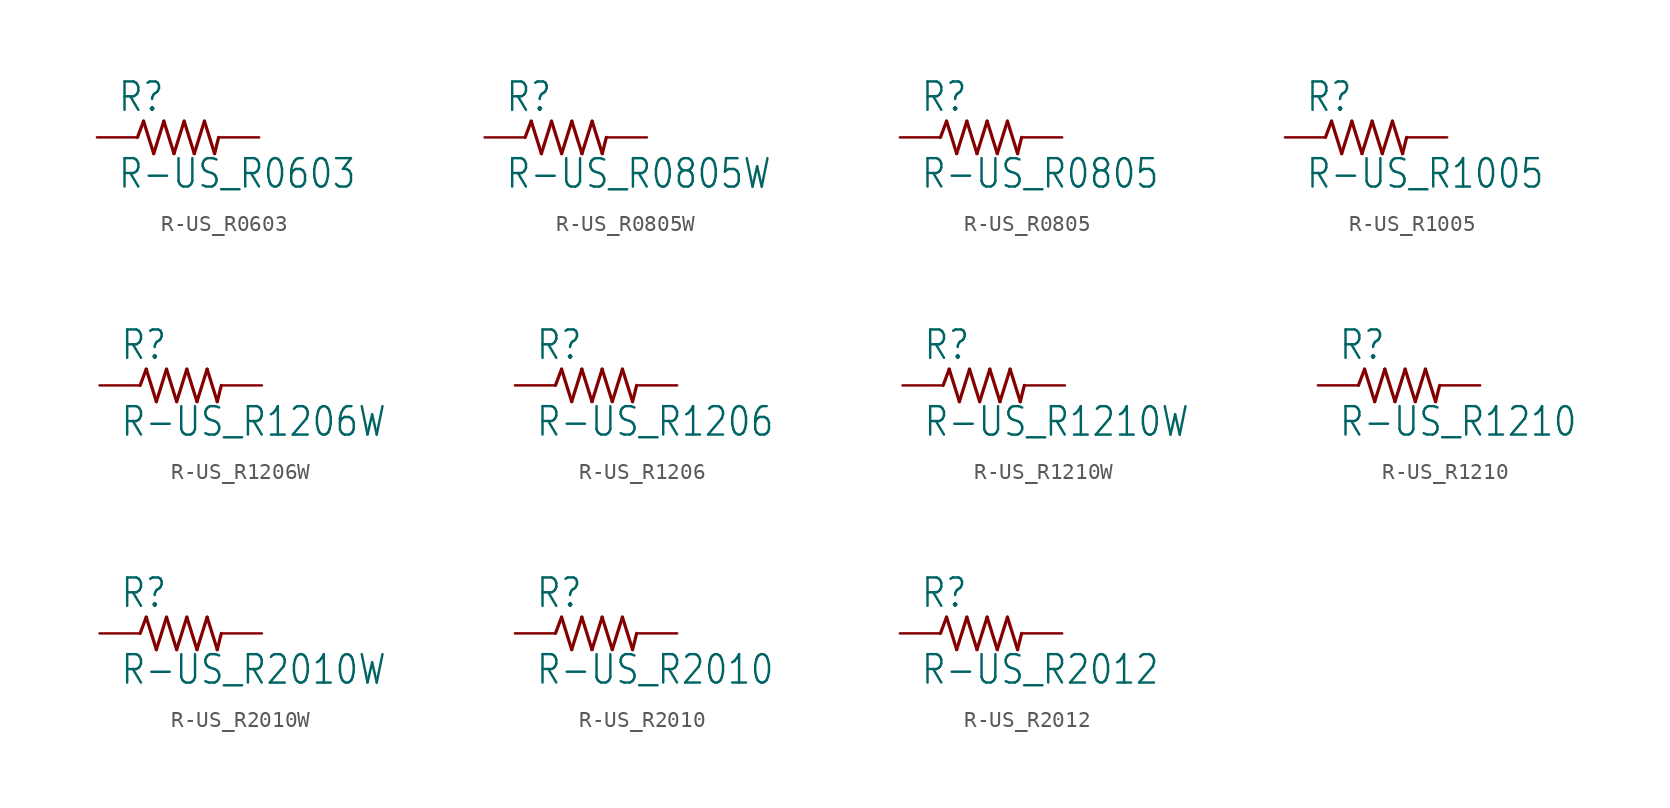
<source format=kicad_sym>
(kicad_symbol_lib
  (version 20210619)
  (generator kicad_symbol_editor)
  (symbol "R-US_R0603"
    (property "Reference" "R"
      (at -3.81 1.499 0)
      (effects (font (size 1.778 1.511)) (justify left bottom)))
    (property "Value" "R-US_R0603"
      (at -3.81 -3.302 0)
      (effects (font (size 1.778 1.511)) (justify left bottom)))
    (property "ki_locked" ""
      (at 0 0 0)
      (effects (font (size 1.27 1.27))))
    (symbol "R-US_R0603_1_0"
      (polyline (pts (xy -2.54 0) (xy -2.159 1.016)) (stroke (width 0.203)) (fill (type none)))
      (polyline (pts (xy -2.159 1.016) (xy -1.524 -1.016)) (stroke (width 0.203)) (fill (type none)))
      (polyline (pts (xy -1.524 -1.016) (xy -0.889 1.016)) (stroke (width 0.203)) (fill (type none)))
      (polyline (pts (xy -0.889 1.016) (xy -0.254 -1.016)) (stroke (width 0.203)) (fill (type none)))
      (polyline (pts (xy -0.254 -1.016) (xy 0.381 1.016)) (stroke (width 0.203)) (fill (type none)))
      (polyline (pts (xy 0.381 1.016) (xy 1.016 -1.016)) (stroke (width 0.203)) (fill (type none)))
      (polyline (pts (xy 1.016 -1.016) (xy 1.651 1.016)) (stroke (width 0.203)) (fill (type none)))
      (polyline (pts (xy 1.651 1.016) (xy 2.286 -1.016)) (stroke (width 0.203)) (fill (type none)))
      (polyline (pts (xy 2.286 -1.016) (xy 2.54 0)) (stroke (width 0.203)) (fill (type none)))
      (pin passive line (at -5.08 0 0) (length 2.54) (name "1" (effects (font (size 0 0)))) (number "1" (effects (font (size 0 0)))))
      (pin passive line (at 5.08 0 180) (length 2.54) (name "2" (effects (font (size 0 0)))) (number "2" (effects (font (size 0 0)))))))
  (symbol "R-US_R0805W"
    (property "Reference" "R"
      (at -3.81 1.499 0)
      (effects (font (size 1.778 1.511)) (justify left bottom)))
    (property "Value" "R-US_R0805W"
      (at -3.81 -3.302 0)
      (effects (font (size 1.778 1.511)) (justify left bottom)))
    (property "ki_locked" ""
      (at 0 0 0)
      (effects (font (size 1.27 1.27))))
    (symbol "R-US_R0805W_1_0"
      (polyline (pts (xy -2.54 0) (xy -2.159 1.016)) (stroke (width 0.203)) (fill (type none)))
      (polyline (pts (xy -2.159 1.016) (xy -1.524 -1.016)) (stroke (width 0.203)) (fill (type none)))
      (polyline (pts (xy -1.524 -1.016) (xy -0.889 1.016)) (stroke (width 0.203)) (fill (type none)))
      (polyline (pts (xy -0.889 1.016) (xy -0.254 -1.016)) (stroke (width 0.203)) (fill (type none)))
      (polyline (pts (xy -0.254 -1.016) (xy 0.381 1.016)) (stroke (width 0.203)) (fill (type none)))
      (polyline (pts (xy 0.381 1.016) (xy 1.016 -1.016)) (stroke (width 0.203)) (fill (type none)))
      (polyline (pts (xy 1.016 -1.016) (xy 1.651 1.016)) (stroke (width 0.203)) (fill (type none)))
      (polyline (pts (xy 1.651 1.016) (xy 2.286 -1.016)) (stroke (width 0.203)) (fill (type none)))
      (polyline (pts (xy 2.286 -1.016) (xy 2.54 0)) (stroke (width 0.203)) (fill (type none)))
      (pin passive line (at -5.08 0 0) (length 2.54) (name "1" (effects (font (size 0 0)))) (number "1" (effects (font (size 0 0)))))
      (pin passive line (at 5.08 0 180) (length 2.54) (name "2" (effects (font (size 0 0)))) (number "2" (effects (font (size 0 0)))))))
  (symbol "R-US_R0805"
    (property "Reference" "R"
      (at -3.81 1.499 0)
      (effects (font (size 1.778 1.511)) (justify left bottom)))
    (property "Value" "R-US_R0805"
      (at -3.81 -3.302 0)
      (effects (font (size 1.778 1.511)) (justify left bottom)))
    (property "ki_locked" ""
      (at 0 0 0)
      (effects (font (size 1.27 1.27))))
    (symbol "R-US_R0805_1_0"
      (polyline (pts (xy -2.54 0) (xy -2.159 1.016)) (stroke (width 0.203)) (fill (type none)))
      (polyline (pts (xy -2.159 1.016) (xy -1.524 -1.016)) (stroke (width 0.203)) (fill (type none)))
      (polyline (pts (xy -1.524 -1.016) (xy -0.889 1.016)) (stroke (width 0.203)) (fill (type none)))
      (polyline (pts (xy -0.889 1.016) (xy -0.254 -1.016)) (stroke (width 0.203)) (fill (type none)))
      (polyline (pts (xy -0.254 -1.016) (xy 0.381 1.016)) (stroke (width 0.203)) (fill (type none)))
      (polyline (pts (xy 0.381 1.016) (xy 1.016 -1.016)) (stroke (width 0.203)) (fill (type none)))
      (polyline (pts (xy 1.016 -1.016) (xy 1.651 1.016)) (stroke (width 0.203)) (fill (type none)))
      (polyline (pts (xy 1.651 1.016) (xy 2.286 -1.016)) (stroke (width 0.203)) (fill (type none)))
      (polyline (pts (xy 2.286 -1.016) (xy 2.54 0)) (stroke (width 0.203)) (fill (type none)))
      (pin passive line (at -5.08 0 0) (length 2.54) (name "1" (effects (font (size 0 0)))) (number "1" (effects (font (size 0 0)))))
      (pin passive line (at 5.08 0 180) (length 2.54) (name "2" (effects (font (size 0 0)))) (number "2" (effects (font (size 0 0)))))))
  (symbol "R-US_R1005"
    (property "Reference" "R"
      (at -3.81 1.499 0)
      (effects (font (size 1.778 1.511)) (justify left bottom)))
    (property "Value" "R-US_R1005"
      (at -3.81 -3.302 0)
      (effects (font (size 1.778 1.511)) (justify left bottom)))
    (property "ki_locked" ""
      (at 0 0 0)
      (effects (font (size 1.27 1.27))))
    (symbol "R-US_R1005_1_0"
      (polyline (pts (xy -2.54 0) (xy -2.159 1.016)) (stroke (width 0.203)) (fill (type none)))
      (polyline (pts (xy -2.159 1.016) (xy -1.524 -1.016)) (stroke (width 0.203)) (fill (type none)))
      (polyline (pts (xy -1.524 -1.016) (xy -0.889 1.016)) (stroke (width 0.203)) (fill (type none)))
      (polyline (pts (xy -0.889 1.016) (xy -0.254 -1.016)) (stroke (width 0.203)) (fill (type none)))
      (polyline (pts (xy -0.254 -1.016) (xy 0.381 1.016)) (stroke (width 0.203)) (fill (type none)))
      (polyline (pts (xy 0.381 1.016) (xy 1.016 -1.016)) (stroke (width 0.203)) (fill (type none)))
      (polyline (pts (xy 1.016 -1.016) (xy 1.651 1.016)) (stroke (width 0.203)) (fill (type none)))
      (polyline (pts (xy 1.651 1.016) (xy 2.286 -1.016)) (stroke (width 0.203)) (fill (type none)))
      (polyline (pts (xy 2.286 -1.016) (xy 2.54 0)) (stroke (width 0.203)) (fill (type none)))
      (pin passive line (at -5.08 0 0) (length 2.54) (name "1" (effects (font (size 0 0)))) (number "1" (effects (font (size 0 0)))))
      (pin passive line (at 5.08 0 180) (length 2.54) (name "2" (effects (font (size 0 0)))) (number "2" (effects (font (size 0 0)))))))
  (symbol "R-US_R1206W"
    (property "Reference" "R"
      (at -3.81 1.499 0)
      (effects (font (size 1.778 1.511)) (justify left bottom)))
    (property "Value" "R-US_R1206W"
      (at -3.81 -3.302 0)
      (effects (font (size 1.778 1.511)) (justify left bottom)))
    (property "ki_locked" ""
      (at 0 0 0)
      (effects (font (size 1.27 1.27))))
    (symbol "R-US_R1206W_1_0"
      (polyline (pts (xy -2.54 0) (xy -2.159 1.016)) (stroke (width 0.203)) (fill (type none)))
      (polyline (pts (xy -2.159 1.016) (xy -1.524 -1.016)) (stroke (width 0.203)) (fill (type none)))
      (polyline (pts (xy -1.524 -1.016) (xy -0.889 1.016)) (stroke (width 0.203)) (fill (type none)))
      (polyline (pts (xy -0.889 1.016) (xy -0.254 -1.016)) (stroke (width 0.203)) (fill (type none)))
      (polyline (pts (xy -0.254 -1.016) (xy 0.381 1.016)) (stroke (width 0.203)) (fill (type none)))
      (polyline (pts (xy 0.381 1.016) (xy 1.016 -1.016)) (stroke (width 0.203)) (fill (type none)))
      (polyline (pts (xy 1.016 -1.016) (xy 1.651 1.016)) (stroke (width 0.203)) (fill (type none)))
      (polyline (pts (xy 1.651 1.016) (xy 2.286 -1.016)) (stroke (width 0.203)) (fill (type none)))
      (polyline (pts (xy 2.286 -1.016) (xy 2.54 0)) (stroke (width 0.203)) (fill (type none)))
      (pin passive line (at -5.08 0 0) (length 2.54) (name "1" (effects (font (size 0 0)))) (number "1" (effects (font (size 0 0)))))
      (pin passive line (at 5.08 0 180) (length 2.54) (name "2" (effects (font (size 0 0)))) (number "2" (effects (font (size 0 0)))))))
  (symbol "R-US_R1206"
    (property "Reference" "R"
      (at -3.81 1.499 0)
      (effects (font (size 1.778 1.511)) (justify left bottom)))
    (property "Value" "R-US_R1206"
      (at -3.81 -3.302 0)
      (effects (font (size 1.778 1.511)) (justify left bottom)))
    (property "ki_locked" ""
      (at 0 0 0)
      (effects (font (size 1.27 1.27))))
    (symbol "R-US_R1206_1_0"
      (polyline (pts (xy -2.54 0) (xy -2.159 1.016)) (stroke (width 0.203)) (fill (type none)))
      (polyline (pts (xy -2.159 1.016) (xy -1.524 -1.016)) (stroke (width 0.203)) (fill (type none)))
      (polyline (pts (xy -1.524 -1.016) (xy -0.889 1.016)) (stroke (width 0.203)) (fill (type none)))
      (polyline (pts (xy -0.889 1.016) (xy -0.254 -1.016)) (stroke (width 0.203)) (fill (type none)))
      (polyline (pts (xy -0.254 -1.016) (xy 0.381 1.016)) (stroke (width 0.203)) (fill (type none)))
      (polyline (pts (xy 0.381 1.016) (xy 1.016 -1.016)) (stroke (width 0.203)) (fill (type none)))
      (polyline (pts (xy 1.016 -1.016) (xy 1.651 1.016)) (stroke (width 0.203)) (fill (type none)))
      (polyline (pts (xy 1.651 1.016) (xy 2.286 -1.016)) (stroke (width 0.203)) (fill (type none)))
      (polyline (pts (xy 2.286 -1.016) (xy 2.54 0)) (stroke (width 0.203)) (fill (type none)))
      (pin passive line (at -5.08 0 0) (length 2.54) (name "1" (effects (font (size 0 0)))) (number "1" (effects (font (size 0 0)))))
      (pin passive line (at 5.08 0 180) (length 2.54) (name "2" (effects (font (size 0 0)))) (number "2" (effects (font (size 0 0)))))))
  (symbol "R-US_R1210W"
    (property "Reference" "R"
      (at -3.81 1.499 0)
      (effects (font (size 1.778 1.511)) (justify left bottom)))
    (property "Value" "R-US_R1210W"
      (at -3.81 -3.302 0)
      (effects (font (size 1.778 1.511)) (justify left bottom)))
    (property "ki_locked" ""
      (at 0 0 0)
      (effects (font (size 1.27 1.27))))
    (symbol "R-US_R1210W_1_0"
      (polyline (pts (xy -2.54 0) (xy -2.159 1.016)) (stroke (width 0.203)) (fill (type none)))
      (polyline (pts (xy -2.159 1.016) (xy -1.524 -1.016)) (stroke (width 0.203)) (fill (type none)))
      (polyline (pts (xy -1.524 -1.016) (xy -0.889 1.016)) (stroke (width 0.203)) (fill (type none)))
      (polyline (pts (xy -0.889 1.016) (xy -0.254 -1.016)) (stroke (width 0.203)) (fill (type none)))
      (polyline (pts (xy -0.254 -1.016) (xy 0.381 1.016)) (stroke (width 0.203)) (fill (type none)))
      (polyline (pts (xy 0.381 1.016) (xy 1.016 -1.016)) (stroke (width 0.203)) (fill (type none)))
      (polyline (pts (xy 1.016 -1.016) (xy 1.651 1.016)) (stroke (width 0.203)) (fill (type none)))
      (polyline (pts (xy 1.651 1.016) (xy 2.286 -1.016)) (stroke (width 0.203)) (fill (type none)))
      (polyline (pts (xy 2.286 -1.016) (xy 2.54 0)) (stroke (width 0.203)) (fill (type none)))
      (pin passive line (at -5.08 0 0) (length 2.54) (name "1" (effects (font (size 0 0)))) (number "1" (effects (font (size 0 0)))))
      (pin passive line (at 5.08 0 180) (length 2.54) (name "2" (effects (font (size 0 0)))) (number "2" (effects (font (size 0 0)))))))
  (symbol "R-US_R1210"
    (property "Reference" "R"
      (at -3.81 1.499 0)
      (effects (font (size 1.778 1.511)) (justify left bottom)))
    (property "Value" "R-US_R1210"
      (at -3.81 -3.302 0)
      (effects (font (size 1.778 1.511)) (justify left bottom)))
    (property "ki_locked" ""
      (at 0 0 0)
      (effects (font (size 1.27 1.27))))
    (symbol "R-US_R1210_1_0"
      (polyline (pts (xy -2.54 0) (xy -2.159 1.016)) (stroke (width 0.203)) (fill (type none)))
      (polyline (pts (xy -2.159 1.016) (xy -1.524 -1.016)) (stroke (width 0.203)) (fill (type none)))
      (polyline (pts (xy -1.524 -1.016) (xy -0.889 1.016)) (stroke (width 0.203)) (fill (type none)))
      (polyline (pts (xy -0.889 1.016) (xy -0.254 -1.016)) (stroke (width 0.203)) (fill (type none)))
      (polyline (pts (xy -0.254 -1.016) (xy 0.381 1.016)) (stroke (width 0.203)) (fill (type none)))
      (polyline (pts (xy 0.381 1.016) (xy 1.016 -1.016)) (stroke (width 0.203)) (fill (type none)))
      (polyline (pts (xy 1.016 -1.016) (xy 1.651 1.016)) (stroke (width 0.203)) (fill (type none)))
      (polyline (pts (xy 1.651 1.016) (xy 2.286 -1.016)) (stroke (width 0.203)) (fill (type none)))
      (polyline (pts (xy 2.286 -1.016) (xy 2.54 0)) (stroke (width 0.203)) (fill (type none)))
      (pin passive line (at -5.08 0 0) (length 2.54) (name "1" (effects (font (size 0 0)))) (number "1" (effects (font (size 0 0)))))
      (pin passive line (at 5.08 0 180) (length 2.54) (name "2" (effects (font (size 0 0)))) (number "2" (effects (font (size 0 0)))))))
  (symbol "R-US_R2010W"
    (property "Reference" "R"
      (at -3.81 1.499 0)
      (effects (font (size 1.778 1.511)) (justify left bottom)))
    (property "Value" "R-US_R2010W"
      (at -3.81 -3.302 0)
      (effects (font (size 1.778 1.511)) (justify left bottom)))
    (property "ki_locked" ""
      (at 0 0 0)
      (effects (font (size 1.27 1.27))))
    (symbol "R-US_R2010W_1_0"
      (polyline (pts (xy -2.54 0) (xy -2.159 1.016)) (stroke (width 0.203)) (fill (type none)))
      (polyline (pts (xy -2.159 1.016) (xy -1.524 -1.016)) (stroke (width 0.203)) (fill (type none)))
      (polyline (pts (xy -1.524 -1.016) (xy -0.889 1.016)) (stroke (width 0.203)) (fill (type none)))
      (polyline (pts (xy -0.889 1.016) (xy -0.254 -1.016)) (stroke (width 0.203)) (fill (type none)))
      (polyline (pts (xy -0.254 -1.016) (xy 0.381 1.016)) (stroke (width 0.203)) (fill (type none)))
      (polyline (pts (xy 0.381 1.016) (xy 1.016 -1.016)) (stroke (width 0.203)) (fill (type none)))
      (polyline (pts (xy 1.016 -1.016) (xy 1.651 1.016)) (stroke (width 0.203)) (fill (type none)))
      (polyline (pts (xy 1.651 1.016) (xy 2.286 -1.016)) (stroke (width 0.203)) (fill (type none)))
      (polyline (pts (xy 2.286 -1.016) (xy 2.54 0)) (stroke (width 0.203)) (fill (type none)))
      (pin passive line (at -5.08 0 0) (length 2.54) (name "1" (effects (font (size 0 0)))) (number "1" (effects (font (size 0 0)))))
      (pin passive line (at 5.08 0 180) (length 2.54) (name "2" (effects (font (size 0 0)))) (number "2" (effects (font (size 0 0)))))))
  (symbol "R-US_R2010"
    (property "Reference" "R"
      (at -3.81 1.499 0)
      (effects (font (size 1.778 1.511)) (justify left bottom)))
    (property "Value" "R-US_R2010"
      (at -3.81 -3.302 0)
      (effects (font (size 1.778 1.511)) (justify left bottom)))
    (property "ki_locked" ""
      (at 0 0 0)
      (effects (font (size 1.27 1.27))))
    (symbol "R-US_R2010_1_0"
      (polyline (pts (xy -2.54 0) (xy -2.159 1.016)) (stroke (width 0.203)) (fill (type none)))
      (polyline (pts (xy -2.159 1.016) (xy -1.524 -1.016)) (stroke (width 0.203)) (fill (type none)))
      (polyline (pts (xy -1.524 -1.016) (xy -0.889 1.016)) (stroke (width 0.203)) (fill (type none)))
      (polyline (pts (xy -0.889 1.016) (xy -0.254 -1.016)) (stroke (width 0.203)) (fill (type none)))
      (polyline (pts (xy -0.254 -1.016) (xy 0.381 1.016)) (stroke (width 0.203)) (fill (type none)))
      (polyline (pts (xy 0.381 1.016) (xy 1.016 -1.016)) (stroke (width 0.203)) (fill (type none)))
      (polyline (pts (xy 1.016 -1.016) (xy 1.651 1.016)) (stroke (width 0.203)) (fill (type none)))
      (polyline (pts (xy 1.651 1.016) (xy 2.286 -1.016)) (stroke (width 0.203)) (fill (type none)))
      (polyline (pts (xy 2.286 -1.016) (xy 2.54 0)) (stroke (width 0.203)) (fill (type none)))
      (pin passive line (at -5.08 0 0) (length 2.54) (name "1" (effects (font (size 0 0)))) (number "1" (effects (font (size 0 0)))))
      (pin passive line (at 5.08 0 180) (length 2.54) (name "2" (effects (font (size 0 0)))) (number "2" (effects (font (size 0 0)))))))
  (symbol "R-US_R2012"
    (property "Reference" "R"
      (at -3.81 1.499 0)
      (effects (font (size 1.778 1.511)) (justify left bottom)))
    (property "Value" "R-US_R2012"
      (at -3.81 -3.302 0)
      (effects (font (size 1.778 1.511)) (justify left bottom)))
    (property "ki_locked" ""
      (at 0 0 0)
      (effects (font (size 1.27 1.27))))
    (symbol "R-US_R2012_1_0"
      (polyline (pts (xy -2.54 0) (xy -2.159 1.016)) (stroke (width 0.203)) (fill (type none)))
      (polyline (pts (xy -2.159 1.016) (xy -1.524 -1.016)) (stroke (width 0.203)) (fill (type none)))
      (polyline (pts (xy -1.524 -1.016) (xy -0.889 1.016)) (stroke (width 0.203)) (fill (type none)))
      (polyline (pts (xy -0.889 1.016) (xy -0.254 -1.016)) (stroke (width 0.203)) (fill (type none)))
      (polyline (pts (xy -0.254 -1.016) (xy 0.381 1.016)) (stroke (width 0.203)) (fill (type none)))
      (polyline (pts (xy 0.381 1.016) (xy 1.016 -1.016)) (stroke (width 0.203)) (fill (type none)))
      (polyline (pts (xy 1.016 -1.016) (xy 1.651 1.016)) (stroke (width 0.203)) (fill (type none)))
      (polyline (pts (xy 1.651 1.016) (xy 2.286 -1.016)) (stroke (width 0.203)) (fill (type none)))
      (polyline (pts (xy 2.286 -1.016) (xy 2.54 0)) (stroke (width 0.203)) (fill (type none)))
      (pin passive line (at -5.08 0 0) (length 2.54) (name "1" (effects (font (size 0 0)))) (number "1" (effects (font (size 0 0)))))
      (pin passive line (at 5.08 0 180) (length 2.54) (name "2" (effects (font (size 0 0)))) (number "2" (effects (font (size 0 0))))))))
</source>
